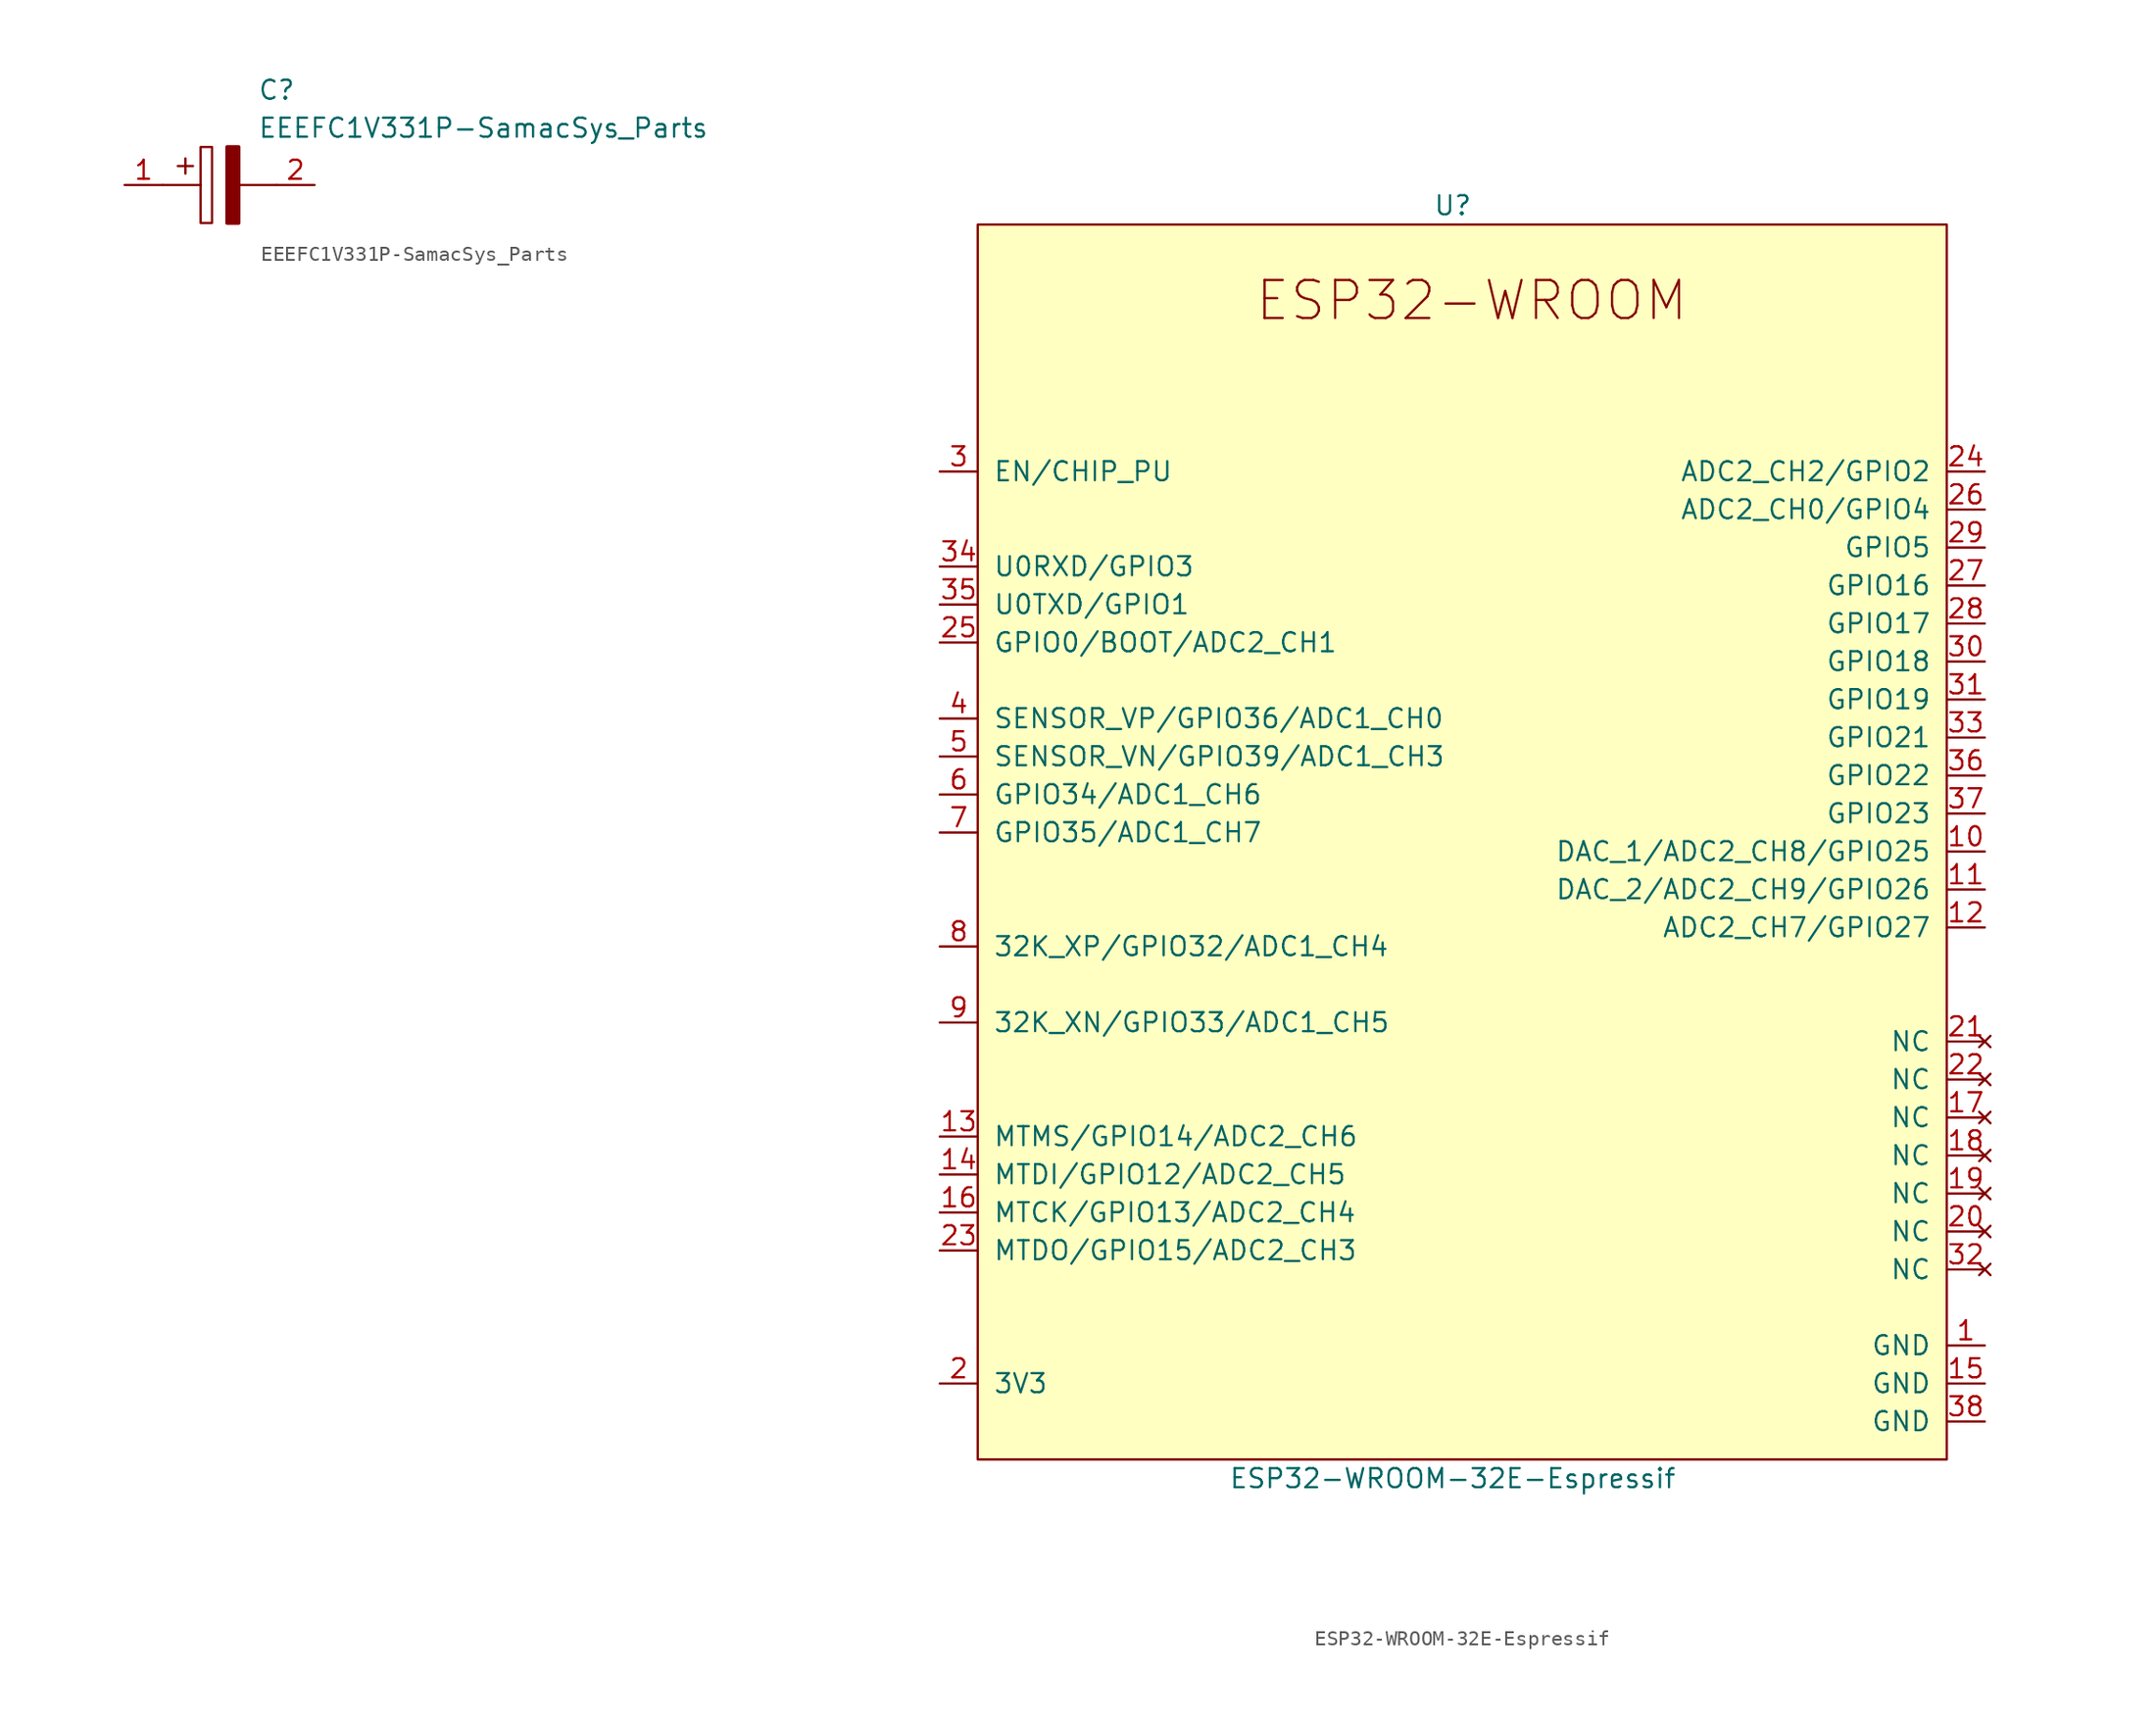
<source format=kicad_sym>
(kicad_symbol_lib
  (version 20211014)
  (generator kicad_symbol_editor)
  (symbol "EEEFC1V331P-SamacSys_Parts"
    (pin_names
      (offset 0.762))
    (property "Reference" "C"
      (at 8.89 6.35 0)
      (effects (font (size 1.27 1.27)) (justify left)))
    (property "Value" "EEEFC1V331P-SamacSys_Parts"
      (at 8.89 3.81 0)
      (effects (font (size 1.27 1.27)) (justify left)))
    (symbol "EEEFC1V331P-SamacSys_Parts_0_0"
      (pin passive line (at 0 0 0) (length 2.54) (name "~" (effects (font (size 1.27 1.27)))) (number "1" (effects (font (size 1.27 1.27)))))
      (pin passive line (at 12.7 0 180) (length 2.54) (name "~" (effects (font (size 1.27 1.27)))) (number "2" (effects (font (size 1.27 1.27))))))
    (symbol "EEEFC1V331P-SamacSys_Parts_0_1"
      (polyline (pts (xy 2.54 0) (xy 5.08 0)) (stroke (width 0.152) (type default) (color 0 0 0 0)) (fill (type none)))
      (polyline (pts (xy 4.064 1.778) (xy 4.064 0.762)) (stroke (width 0.152) (type default) (color 0 0 0 0)) (fill (type none)))
      (polyline (pts (xy 4.572 1.27) (xy 3.556 1.27)) (stroke (width 0.152) (type default) (color 0 0 0 0)) (fill (type none)))
      (polyline (pts (xy 7.62 0) (xy 10.16 0)) (stroke (width 0.152) (type default) (color 0 0 0 0)) (fill (type none)))
      (polyline (pts (xy 5.08 2.54) (xy 5.08 -2.54) (xy 5.842 -2.54) (xy 5.842 2.54) (xy 5.08 2.54)) (stroke (width 0.152) (type default) (color 0 0 0 0)) (fill (type none)))
      (polyline (pts (xy 7.62 2.54) (xy 7.62 -2.54) (xy 6.858 -2.54) (xy 6.858 2.54) (xy 7.62 2.54)) (stroke (width 0.254) (type default) (color 0 0 0 0)) (fill (type outline)))))
  (symbol "ESP32-WROOM-32E-Espressif"
    (pin_names
      (offset 1.016))
    (property "Reference" "U"
      (at 0 43.18 0)
      (effects (font (size 1.27 1.27))))
    (property "Value" "ESP32-WROOM-32E-Espressif"
      (at 0 -41.91 0)
      (effects (font (size 1.27 1.27))))
    (symbol "ESP32-WROOM-32E-Espressif_0_1"
      (rectangle (start 33.02 41.91) (end -31.75 -40.64) (stroke (width 0) (type default) (color 0 0 0 0)) (fill (type background))))
    (symbol "ESP32-WROOM-32E-Espressif_1_1"
      (text "ESP32-­WROOM­" (at 1.27 36.83 0) (effects (font (size 2.54 2.54))))
      (pin power_in line (at 35.56 -33.02 180) (length 2.54) (name "GND" (effects (font (size 1.27 1.27)))) (number "1" (effects (font (size 1.27 1.27)))))
      (pin bidirectional line (at 35.56 0 180) (length 2.54) (name "DAC_1/ADC2_CH8/GPIO25" (effects (font (size 1.27 1.27)))) (number "10" (effects (font (size 1.27 1.27)))))
      (pin bidirectional line (at 35.56 -2.54 180) (length 2.54) (name "DAC_2/ADC2_CH9/GPIO26" (effects (font (size 1.27 1.27)))) (number "11" (effects (font (size 1.27 1.27)))))
      (pin bidirectional line (at 35.56 -5.08 180) (length 2.54) (name "ADC2_CH7/GPIO27" (effects (font (size 1.27 1.27)))) (number "12" (effects (font (size 1.27 1.27)))))
      (pin bidirectional line (at -34.29 -19.05 0) (length 2.54) (name "MTMS/GPIO14/ADC2_CH6" (effects (font (size 1.27 1.27)))) (number "13" (effects (font (size 1.27 1.27)))))
      (pin bidirectional line (at -34.29 -21.59 0) (length 2.54) (name "MTDI/GPIO12/ADC2_CH5" (effects (font (size 1.27 1.27)))) (number "14" (effects (font (size 1.27 1.27)))))
      (pin power_in line (at 35.56 -35.56 180) (length 2.54) (name "GND" (effects (font (size 1.27 1.27)))) (number "15" (effects (font (size 1.27 1.27)))))
      (pin bidirectional line (at -34.29 -24.13 0) (length 2.54) (name "MTCK/GPIO13/ADC2_CH4" (effects (font (size 1.27 1.27)))) (number "16" (effects (font (size 1.27 1.27)))))
      (pin no_connect line (at 35.56 -17.78 180) (length 2.54) (name "NC" (effects (font (size 1.27 1.27)))) (number "17" (effects (font (size 1.27 1.27)))))
      (pin no_connect line (at 35.56 -20.32 180) (length 2.54) (name "NC" (effects (font (size 1.27 1.27)))) (number "18" (effects (font (size 1.27 1.27)))))
      (pin no_connect line (at 35.56 -22.86 180) (length 2.54) (name "NC" (effects (font (size 1.27 1.27)))) (number "19" (effects (font (size 1.27 1.27)))))
      (pin power_in line (at -34.29 -35.56 0) (length 2.54) (name "3V3" (effects (font (size 1.27 1.27)))) (number "2" (effects (font (size 1.27 1.27)))))
      (pin no_connect line (at 35.56 -25.4 180) (length 2.54) (name "NC" (effects (font (size 1.27 1.27)))) (number "20" (effects (font (size 1.27 1.27)))))
      (pin no_connect line (at 35.56 -12.7 180) (length 2.54) (name "NC" (effects (font (size 1.27 1.27)))) (number "21" (effects (font (size 1.27 1.27)))))
      (pin no_connect line (at 35.56 -15.24 180) (length 2.54) (name "NC" (effects (font (size 1.27 1.27)))) (number "22" (effects (font (size 1.27 1.27)))))
      (pin bidirectional line (at -34.29 -26.67 0) (length 2.54) (name "MTDO/GPIO15/ADC2_CH3" (effects (font (size 1.27 1.27)))) (number "23" (effects (font (size 1.27 1.27)))))
      (pin bidirectional line (at 35.56 25.4 180) (length 2.54) (name "ADC2_CH2/GPIO2" (effects (font (size 1.27 1.27)))) (number "24" (effects (font (size 1.27 1.27)))))
      (pin bidirectional line (at -34.29 13.97 0) (length 2.54) (name "GPIO0/BOOT/ADC2_CH1" (effects (font (size 1.27 1.27)))) (number "25" (effects (font (size 1.27 1.27)))))
      (pin bidirectional line (at 35.56 22.86 180) (length 2.54) (name "ADC2_CH0/GPIO4" (effects (font (size 1.27 1.27)))) (number "26" (effects (font (size 1.27 1.27)))))
      (pin bidirectional line (at 35.56 17.78 180) (length 2.54) (name "GPIO16" (effects (font (size 1.27 1.27)))) (number "27" (effects (font (size 1.27 1.27)))))
      (pin bidirectional line (at 35.56 15.24 180) (length 2.54) (name "GPIO17" (effects (font (size 1.27 1.27)))) (number "28" (effects (font (size 1.27 1.27)))))
      (pin bidirectional line (at 35.56 20.32 180) (length 2.54) (name "GPIO5" (effects (font (size 1.27 1.27)))) (number "29" (effects (font (size 1.27 1.27)))))
      (pin input line (at -34.29 25.4 0) (length 2.54) (name "EN/CHIP_PU" (effects (font (size 1.27 1.27)))) (number "3" (effects (font (size 1.27 1.27)))))
      (pin bidirectional line (at 35.56 12.7 180) (length 2.54) (name "GPIO18" (effects (font (size 1.27 1.27)))) (number "30" (effects (font (size 1.27 1.27)))))
      (pin bidirectional line (at 35.56 10.16 180) (length 2.54) (name "GPIO19" (effects (font (size 1.27 1.27)))) (number "31" (effects (font (size 1.27 1.27)))))
      (pin no_connect line (at 35.56 -27.94 180) (length 2.54) (name "NC" (effects (font (size 1.27 1.27)))) (number "32" (effects (font (size 1.27 1.27)))))
      (pin bidirectional line (at 35.56 7.62 180) (length 2.54) (name "GPIO21" (effects (font (size 1.27 1.27)))) (number "33" (effects (font (size 1.27 1.27)))))
      (pin bidirectional line (at -34.29 19.05 0) (length 2.54) (name "U0RXD/GPIO3" (effects (font (size 1.27 1.27)))) (number "34" (effects (font (size 1.27 1.27)))))
      (pin bidirectional line (at -34.29 16.51 0) (length 2.54) (name "U0TXD/GPIO1" (effects (font (size 1.27 1.27)))) (number "35" (effects (font (size 1.27 1.27)))))
      (pin bidirectional line (at 35.56 5.08 180) (length 2.54) (name "GPIO22" (effects (font (size 1.27 1.27)))) (number "36" (effects (font (size 1.27 1.27)))))
      (pin bidirectional line (at 35.56 2.54 180) (length 2.54) (name "GPIO23" (effects (font (size 1.27 1.27)))) (number "37" (effects (font (size 1.27 1.27)))))
      (pin power_in line (at 35.56 -38.1 180) (length 2.54) (name "GND" (effects (font (size 1.27 1.27)))) (number "38" (effects (font (size 1.27 1.27)))))
      (pin input line (at -34.29 8.89 0) (length 2.54) (name "SENSOR_VP/GPIO36/ADC1_CH0" (effects (font (size 1.27 1.27)))) (number "4" (effects (font (size 1.27 1.27)))))
      (pin input line (at -34.29 6.35 0) (length 2.54) (name "SENSOR_VN/GPIO39/ADC1_CH3" (effects (font (size 1.27 1.27)))) (number "5" (effects (font (size 1.27 1.27)))))
      (pin input line (at -34.29 3.81 0) (length 2.54) (name "GPIO34/ADC1_CH6" (effects (font (size 1.27 1.27)))) (number "6" (effects (font (size 1.27 1.27)))))
      (pin input line (at -34.29 1.27 0) (length 2.54) (name "GPIO35/ADC1_CH7" (effects (font (size 1.27 1.27)))) (number "7" (effects (font (size 1.27 1.27)))))
      (pin bidirectional line (at -34.29 -6.35 0) (length 2.54) (name "32K_XP/GPIO32/ADC1_CH4" (effects (font (size 1.27 1.27)))) (number "8" (effects (font (size 1.27 1.27)))))
      (pin bidirectional line (at -34.29 -11.43 0) (length 2.54) (name "32K_XN/GPIO33/ADC1_CH5" (effects (font (size 1.27 1.27)))) (number "9" (effects (font (size 1.27 1.27))))))))
</source>
